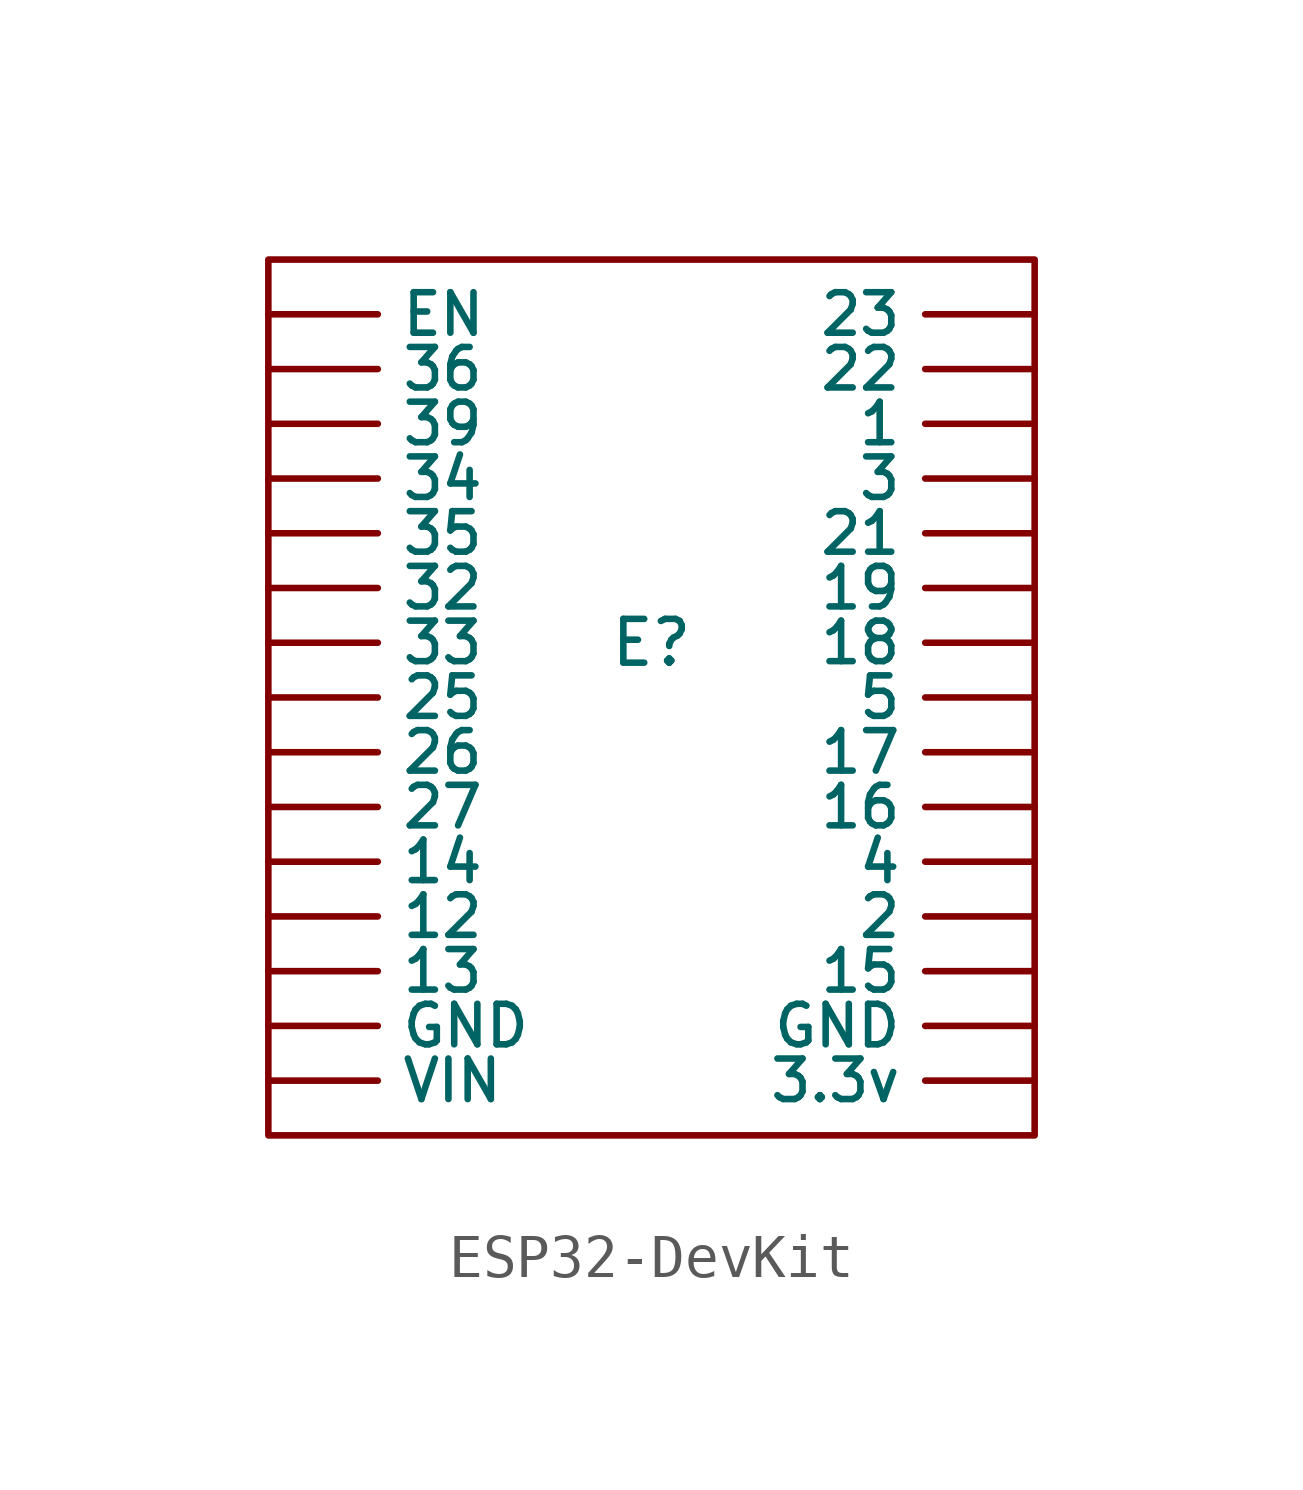
<source format=kicad_sym>
(kicad_symbol_lib
  (version 20241209)
  (generator "kicad_symbol_editor")
  (generator_version "9.0")
  (symbol "ESP32-DevKit"
    (property "Reference" "E"
      (at 0 0 0)
      (effects (font (size 1.016 1.016))))
    (property "Value" ""
      (at 0 0 0)
      (effects (font (size 1.27 1.27))))
    (symbol "ESP32-DevKit_0_1"
      (rectangle (start -8.89 8.89) (end 8.89 -11.43) (stroke (width 0) (type default)) (fill (type none))))
    (symbol "ESP32-DevKit_1_1"
      (pin input line (at -8.89 7.62 0) (length 2.54) (name "EN" (effects (font (size 0.94 0.94)))) (number "" (effects (font (size 1.27 1.27)))))
      (pin input line (at -8.89 6.35 0) (length 2.54) (name "36" (effects (font (size 0.94 0.94)))) (number "" (effects (font (size 1.27 1.27)))))
      (pin input line (at -8.89 5.08 0) (length 2.54) (name "39" (effects (font (size 0.94 0.94)))) (number "" (effects (font (size 1.27 1.27)))))
      (pin input line (at -8.89 3.81 0) (length 2.54) (name "34" (effects (font (size 0.94 0.94)))) (number "" (effects (font (size 1.27 1.27)))))
      (pin input line (at -8.89 2.54 0) (length 2.54) (name "35" (effects (font (size 0.94 0.94)))) (number "" (effects (font (size 1.27 1.27)))))
      (pin input line (at -8.89 1.27 0) (length 2.54) (name "32" (effects (font (size 0.94 0.94)))) (number "" (effects (font (size 1.27 1.27)))))
      (pin input line (at -8.89 0 0) (length 2.54) (name "33" (effects (font (size 0.94 0.94)))) (number "" (effects (font (size 1.27 1.27)))))
      (pin input line (at -8.89 -1.27 0) (length 2.54) (name "25" (effects (font (size 0.94 0.94)))) (number "" (effects (font (size 1.27 1.27)))))
      (pin input line (at -8.89 -2.54 0) (length 2.54) (name "26" (effects (font (size 0.94 0.94)))) (number "" (effects (font (size 1.27 1.27)))))
      (pin input line (at -8.89 -3.81 0) (length 2.54) (name "27" (effects (font (size 0.94 0.94)))) (number "" (effects (font (size 1.27 1.27)))))
      (pin input line (at -8.89 -5.08 0) (length 2.54) (name "14" (effects (font (size 0.94 0.94)))) (number "" (effects (font (size 1.27 1.27)))))
      (pin input line (at -8.89 -6.35 0) (length 2.54) (name "12" (effects (font (size 0.94 0.94)))) (number "" (effects (font (size 1.27 1.27)))))
      (pin input line (at -8.89 -7.62 0) (length 2.54) (name "13" (effects (font (size 0.94 0.94)))) (number "" (effects (font (size 1.27 1.27)))))
      (pin input line (at -8.89 -8.89 0) (length 2.54) (name "GND" (effects (font (size 0.94 0.94)))) (number "" (effects (font (size 1.27 1.27)))))
      (pin input line (at -8.89 -10.16 0) (length 2.54) (name "VIN" (effects (font (size 0.94 0.94)))) (number "" (effects (font (size 1.27 1.27)))))
      (pin input line (at 8.89 7.62 180) (length 2.54) (name "23" (effects (font (size 0.94 0.94)))) (number "" (effects (font (size 1.27 1.27)))))
      (pin input line (at 8.89 6.35 180) (length 2.54) (name "22" (effects (font (size 0.94 0.94)))) (number "" (effects (font (size 1.27 1.27)))))
      (pin input line (at 8.89 5.08 180) (length 2.54) (name "1" (effects (font (size 0.94 0.94)))) (number "" (effects (font (size 1.27 1.27)))))
      (pin input line (at 8.89 3.81 180) (length 2.54) (name "3" (effects (font (size 0.94 0.94)))) (number "" (effects (font (size 1.27 1.27)))))
      (pin input line (at 8.89 2.54 180) (length 2.54) (name "21" (effects (font (size 0.94 0.94)))) (number "" (effects (font (size 1.27 1.27)))))
      (pin input line (at 8.89 1.27 180) (length 2.54) (name "19" (effects (font (size 0.94 0.94)))) (number "" (effects (font (size 1.27 1.27)))))
      (pin input line (at 8.89 0 180) (length 2.54) (name "18" (effects (font (size 0.94 0.94)))) (number "" (effects (font (size 1.27 1.27)))))
      (pin input line (at 8.89 -1.27 180) (length 2.54) (name "5" (effects (font (size 0.94 0.94)))) (number "" (effects (font (size 1.27 1.27)))))
      (pin input line (at 8.89 -2.54 180) (length 2.54) (name "17" (effects (font (size 0.94 0.94)))) (number "" (effects (font (size 1.27 1.27)))))
      (pin input line (at 8.89 -3.81 180) (length 2.54) (name "16" (effects (font (size 0.94 0.94)))) (number "" (effects (font (size 1.27 1.27)))))
      (pin input line (at 8.89 -5.08 180) (length 2.54) (name "4" (effects (font (size 0.94 0.94)))) (number "" (effects (font (size 1.27 1.27)))))
      (pin input line (at 8.89 -6.35 180) (length 2.54) (name "2" (effects (font (size 0.94 0.94)))) (number "" (effects (font (size 1.27 1.27)))))
      (pin input line (at 8.89 -7.62 180) (length 2.54) (name "15" (effects (font (size 0.94 0.94)))) (number "" (effects (font (size 1.27 1.27)))))
      (pin input line (at 8.89 -8.89 180) (length 2.54) (name "GND" (effects (font (size 0.94 0.94)))) (number "" (effects (font (size 1.27 1.27)))))
      (pin input line (at 8.89 -10.16 180) (length 2.54) (name "3.3v" (effects (font (size 0.94 0.94)))) (number "" (effects (font (size 1.27 1.27))))))))
</source>
